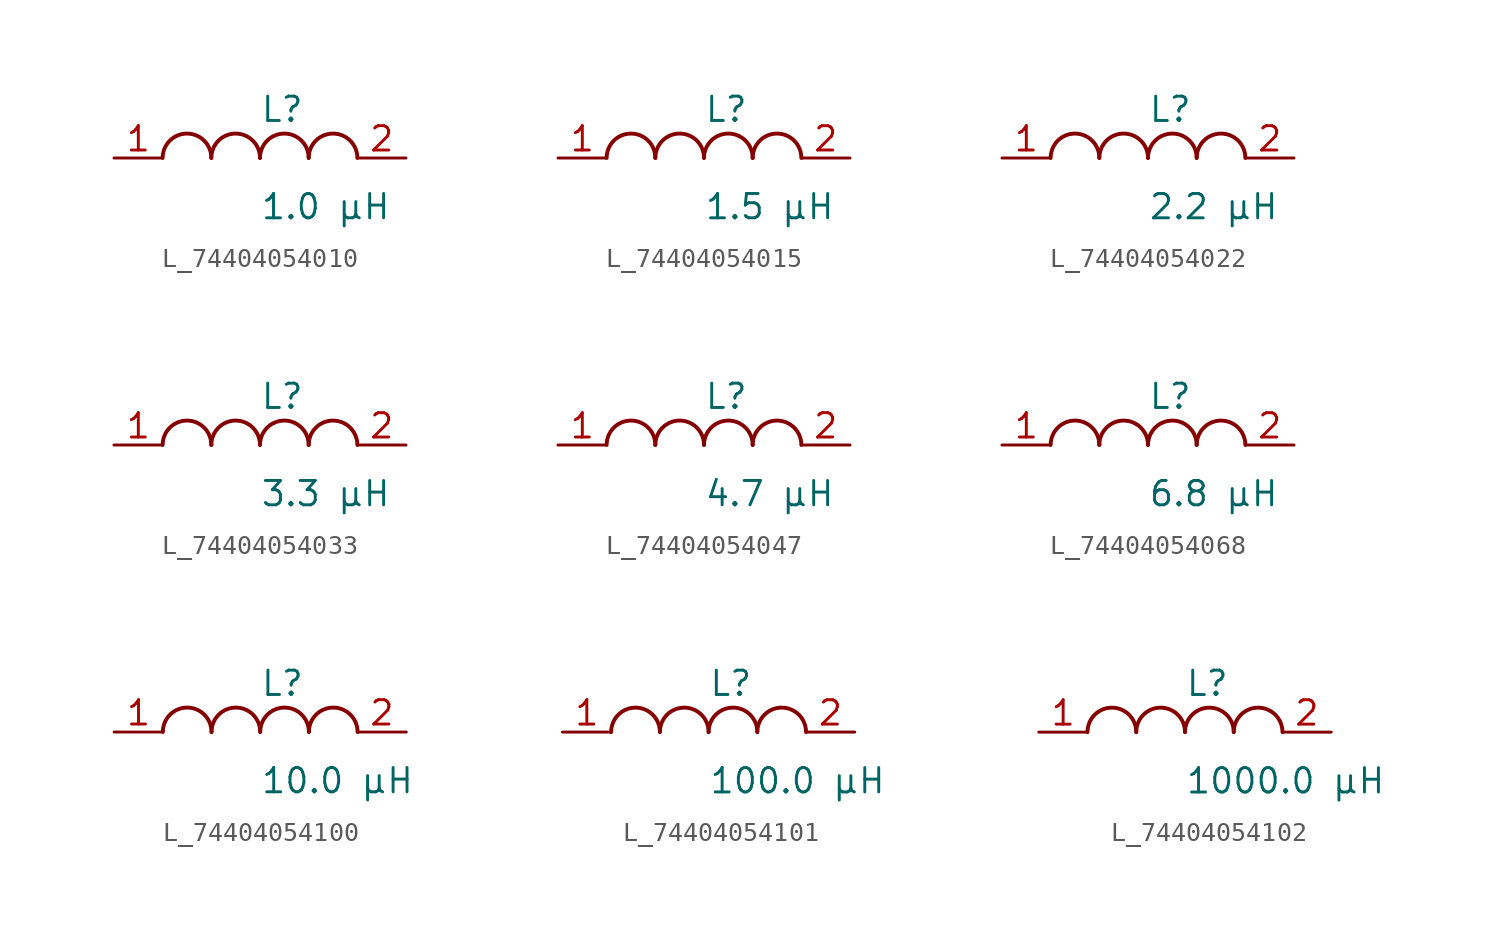
<source format=kicad_sym>
(kicad_symbol_lib
  (version 20231120)
  (generator kicad_symbol_editor)
  (generator_version 8.0)
  (symbol "L_74404054010"
    (pin_names
      (offset 0.254))
    (property "Reference" "L"
      (at 0 2.54 0)
      (effects (font (size 1.27 1.27)) (justify left)))
    (property "Value" "1.0 µH"
      (at 0 -2.54 0)
      (effects (font (size 1.27 1.27)) (justify left)))
    (symbol "L_74404054010_1_1"
      (arc (start -2.54 0.0056) (mid -3.81 1.27) (end -5.08 0.0056) (stroke (width 0.2032) (type default)) (fill (type none)))
      (arc (start 0 0.0056) (mid -1.27 1.27) (end -2.54 0.0056) (stroke (width 0.2032) (type default)) (fill (type none)))
      (arc (start 2.54 0.0056) (mid 1.27 1.27) (end 0 0.0056) (stroke (width 0.2032) (type default)) (fill (type none)))
      (arc (start 5.08 0.0056) (mid 3.81 1.27) (end 2.54 0.0056) (stroke (width 0.2032) (type default)) (fill (type none)))
      (pin unspecified line (at -7.62 0 0) (length 2.54) (name "" (effects (font (size 1.27 1.27)))) (number "1" (effects (font (size 1.27 1.27)))))
      (pin unspecified line (at 7.62 0 180) (length 2.54) (name "" (effects (font (size 1.27 1.27)))) (number "2" (effects (font (size 1.27 1.27)))))))
  (symbol "L_74404054015"
    (pin_names
      (offset 0.254))
    (property "Reference" "L"
      (at 0 2.54 0)
      (effects (font (size 1.27 1.27)) (justify left)))
    (property "Value" "1.5 µH"
      (at 0 -2.54 0)
      (effects (font (size 1.27 1.27)) (justify left)))
    (symbol "L_74404054015_1_1"
      (arc (start -2.54 0.0056) (mid -3.81 1.27) (end -5.08 0.0056) (stroke (width 0.2032) (type default)) (fill (type none)))
      (arc (start 0 0.0056) (mid -1.27 1.27) (end -2.54 0.0056) (stroke (width 0.2032) (type default)) (fill (type none)))
      (arc (start 2.54 0.0056) (mid 1.27 1.27) (end 0 0.0056) (stroke (width 0.2032) (type default)) (fill (type none)))
      (arc (start 5.08 0.0056) (mid 3.81 1.27) (end 2.54 0.0056) (stroke (width 0.2032) (type default)) (fill (type none)))
      (pin unspecified line (at -7.62 0 0) (length 2.54) (name "" (effects (font (size 1.27 1.27)))) (number "1" (effects (font (size 1.27 1.27)))))
      (pin unspecified line (at 7.62 0 180) (length 2.54) (name "" (effects (font (size 1.27 1.27)))) (number "2" (effects (font (size 1.27 1.27)))))))
  (symbol "L_74404054022"
    (pin_names
      (offset 0.254))
    (property "Reference" "L"
      (at 0 2.54 0)
      (effects (font (size 1.27 1.27)) (justify left)))
    (property "Value" "2.2 µH"
      (at 0 -2.54 0)
      (effects (font (size 1.27 1.27)) (justify left)))
    (symbol "L_74404054022_1_1"
      (arc (start -2.54 0.0056) (mid -3.81 1.27) (end -5.08 0.0056) (stroke (width 0.2032) (type default)) (fill (type none)))
      (arc (start 0 0.0056) (mid -1.27 1.27) (end -2.54 0.0056) (stroke (width 0.2032) (type default)) (fill (type none)))
      (arc (start 2.54 0.0056) (mid 1.27 1.27) (end 0 0.0056) (stroke (width 0.2032) (type default)) (fill (type none)))
      (arc (start 5.08 0.0056) (mid 3.81 1.27) (end 2.54 0.0056) (stroke (width 0.2032) (type default)) (fill (type none)))
      (pin unspecified line (at -7.62 0 0) (length 2.54) (name "" (effects (font (size 1.27 1.27)))) (number "1" (effects (font (size 1.27 1.27)))))
      (pin unspecified line (at 7.62 0 180) (length 2.54) (name "" (effects (font (size 1.27 1.27)))) (number "2" (effects (font (size 1.27 1.27)))))))
  (symbol "L_74404054033"
    (pin_names
      (offset 0.254))
    (property "Reference" "L"
      (at 0 2.54 0)
      (effects (font (size 1.27 1.27)) (justify left)))
    (property "Value" "3.3 µH"
      (at 0 -2.54 0)
      (effects (font (size 1.27 1.27)) (justify left)))
    (symbol "L_74404054033_1_1"
      (arc (start -2.54 0.0056) (mid -3.81 1.27) (end -5.08 0.0056) (stroke (width 0.2032) (type default)) (fill (type none)))
      (arc (start 0 0.0056) (mid -1.27 1.27) (end -2.54 0.0056) (stroke (width 0.2032) (type default)) (fill (type none)))
      (arc (start 2.54 0.0056) (mid 1.27 1.27) (end 0 0.0056) (stroke (width 0.2032) (type default)) (fill (type none)))
      (arc (start 5.08 0.0056) (mid 3.81 1.27) (end 2.54 0.0056) (stroke (width 0.2032) (type default)) (fill (type none)))
      (pin unspecified line (at -7.62 0 0) (length 2.54) (name "" (effects (font (size 1.27 1.27)))) (number "1" (effects (font (size 1.27 1.27)))))
      (pin unspecified line (at 7.62 0 180) (length 2.54) (name "" (effects (font (size 1.27 1.27)))) (number "2" (effects (font (size 1.27 1.27)))))))
  (symbol "L_74404054047"
    (pin_names
      (offset 0.254))
    (property "Reference" "L"
      (at 0 2.54 0)
      (effects (font (size 1.27 1.27)) (justify left)))
    (property "Value" "4.7 µH"
      (at 0 -2.54 0)
      (effects (font (size 1.27 1.27)) (justify left)))
    (symbol "L_74404054047_1_1"
      (arc (start -2.54 0.0056) (mid -3.81 1.27) (end -5.08 0.0056) (stroke (width 0.2032) (type default)) (fill (type none)))
      (arc (start 0 0.0056) (mid -1.27 1.27) (end -2.54 0.0056) (stroke (width 0.2032) (type default)) (fill (type none)))
      (arc (start 2.54 0.0056) (mid 1.27 1.27) (end 0 0.0056) (stroke (width 0.2032) (type default)) (fill (type none)))
      (arc (start 5.08 0.0056) (mid 3.81 1.27) (end 2.54 0.0056) (stroke (width 0.2032) (type default)) (fill (type none)))
      (pin unspecified line (at -7.62 0 0) (length 2.54) (name "" (effects (font (size 1.27 1.27)))) (number "1" (effects (font (size 1.27 1.27)))))
      (pin unspecified line (at 7.62 0 180) (length 2.54) (name "" (effects (font (size 1.27 1.27)))) (number "2" (effects (font (size 1.27 1.27)))))))
  (symbol "L_74404054068"
    (pin_names
      (offset 0.254))
    (property "Reference" "L"
      (at 0 2.54 0)
      (effects (font (size 1.27 1.27)) (justify left)))
    (property "Value" "6.8 µH"
      (at 0 -2.54 0)
      (effects (font (size 1.27 1.27)) (justify left)))
    (symbol "L_74404054068_1_1"
      (arc (start -2.54 0.0056) (mid -3.81 1.27) (end -5.08 0.0056) (stroke (width 0.2032) (type default)) (fill (type none)))
      (arc (start 0 0.0056) (mid -1.27 1.27) (end -2.54 0.0056) (stroke (width 0.2032) (type default)) (fill (type none)))
      (arc (start 2.54 0.0056) (mid 1.27 1.27) (end 0 0.0056) (stroke (width 0.2032) (type default)) (fill (type none)))
      (arc (start 5.08 0.0056) (mid 3.81 1.27) (end 2.54 0.0056) (stroke (width 0.2032) (type default)) (fill (type none)))
      (pin unspecified line (at -7.62 0 0) (length 2.54) (name "" (effects (font (size 1.27 1.27)))) (number "1" (effects (font (size 1.27 1.27)))))
      (pin unspecified line (at 7.62 0 180) (length 2.54) (name "" (effects (font (size 1.27 1.27)))) (number "2" (effects (font (size 1.27 1.27)))))))
  (symbol "L_74404054100"
    (pin_names
      (offset 0.254))
    (property "Reference" "L"
      (at 0 2.54 0)
      (effects (font (size 1.27 1.27)) (justify left)))
    (property "Value" "10.0 µH"
      (at 0 -2.54 0)
      (effects (font (size 1.27 1.27)) (justify left)))
    (symbol "L_74404054100_1_1"
      (arc (start -2.54 0.0056) (mid -3.81 1.27) (end -5.08 0.0056) (stroke (width 0.2032) (type default)) (fill (type none)))
      (arc (start 0 0.0056) (mid -1.27 1.27) (end -2.54 0.0056) (stroke (width 0.2032) (type default)) (fill (type none)))
      (arc (start 2.54 0.0056) (mid 1.27 1.27) (end 0 0.0056) (stroke (width 0.2032) (type default)) (fill (type none)))
      (arc (start 5.08 0.0056) (mid 3.81 1.27) (end 2.54 0.0056) (stroke (width 0.2032) (type default)) (fill (type none)))
      (pin unspecified line (at -7.62 0 0) (length 2.54) (name "" (effects (font (size 1.27 1.27)))) (number "1" (effects (font (size 1.27 1.27)))))
      (pin unspecified line (at 7.62 0 180) (length 2.54) (name "" (effects (font (size 1.27 1.27)))) (number "2" (effects (font (size 1.27 1.27)))))))
  (symbol "L_74404054101"
    (pin_names
      (offset 0.254))
    (property "Reference" "L"
      (at 0 2.54 0)
      (effects (font (size 1.27 1.27)) (justify left)))
    (property "Value" "100.0 µH"
      (at 0 -2.54 0)
      (effects (font (size 1.27 1.27)) (justify left)))
    (symbol "L_74404054101_1_1"
      (arc (start -2.54 0.0056) (mid -3.81 1.27) (end -5.08 0.0056) (stroke (width 0.2032) (type default)) (fill (type none)))
      (arc (start 0 0.0056) (mid -1.27 1.27) (end -2.54 0.0056) (stroke (width 0.2032) (type default)) (fill (type none)))
      (arc (start 2.54 0.0056) (mid 1.27 1.27) (end 0 0.0056) (stroke (width 0.2032) (type default)) (fill (type none)))
      (arc (start 5.08 0.0056) (mid 3.81 1.27) (end 2.54 0.0056) (stroke (width 0.2032) (type default)) (fill (type none)))
      (pin unspecified line (at -7.62 0 0) (length 2.54) (name "" (effects (font (size 1.27 1.27)))) (number "1" (effects (font (size 1.27 1.27)))))
      (pin unspecified line (at 7.62 0 180) (length 2.54) (name "" (effects (font (size 1.27 1.27)))) (number "2" (effects (font (size 1.27 1.27)))))))
  (symbol "L_74404054102"
    (pin_names
      (offset 0.254))
    (property "Reference" "L"
      (at 0 2.54 0)
      (effects (font (size 1.27 1.27)) (justify left)))
    (property "Value" "1000.0 µH"
      (at 0 -2.54 0)
      (effects (font (size 1.27 1.27)) (justify left)))
    (symbol "L_74404054102_1_1"
      (arc (start -2.54 0.0056) (mid -3.81 1.27) (end -5.08 0.0056) (stroke (width 0.2032) (type default)) (fill (type none)))
      (arc (start 0 0.0056) (mid -1.27 1.27) (end -2.54 0.0056) (stroke (width 0.2032) (type default)) (fill (type none)))
      (arc (start 2.54 0.0056) (mid 1.27 1.27) (end 0 0.0056) (stroke (width 0.2032) (type default)) (fill (type none)))
      (arc (start 5.08 0.0056) (mid 3.81 1.27) (end 2.54 0.0056) (stroke (width 0.2032) (type default)) (fill (type none)))
      (pin unspecified line (at -7.62 0 0) (length 2.54) (name "" (effects (font (size 1.27 1.27)))) (number "1" (effects (font (size 1.27 1.27)))))
      (pin unspecified line (at 7.62 0 180) (length 2.54) (name "" (effects (font (size 1.27 1.27)))) (number "2" (effects (font (size 1.27 1.27))))))))
</source>
